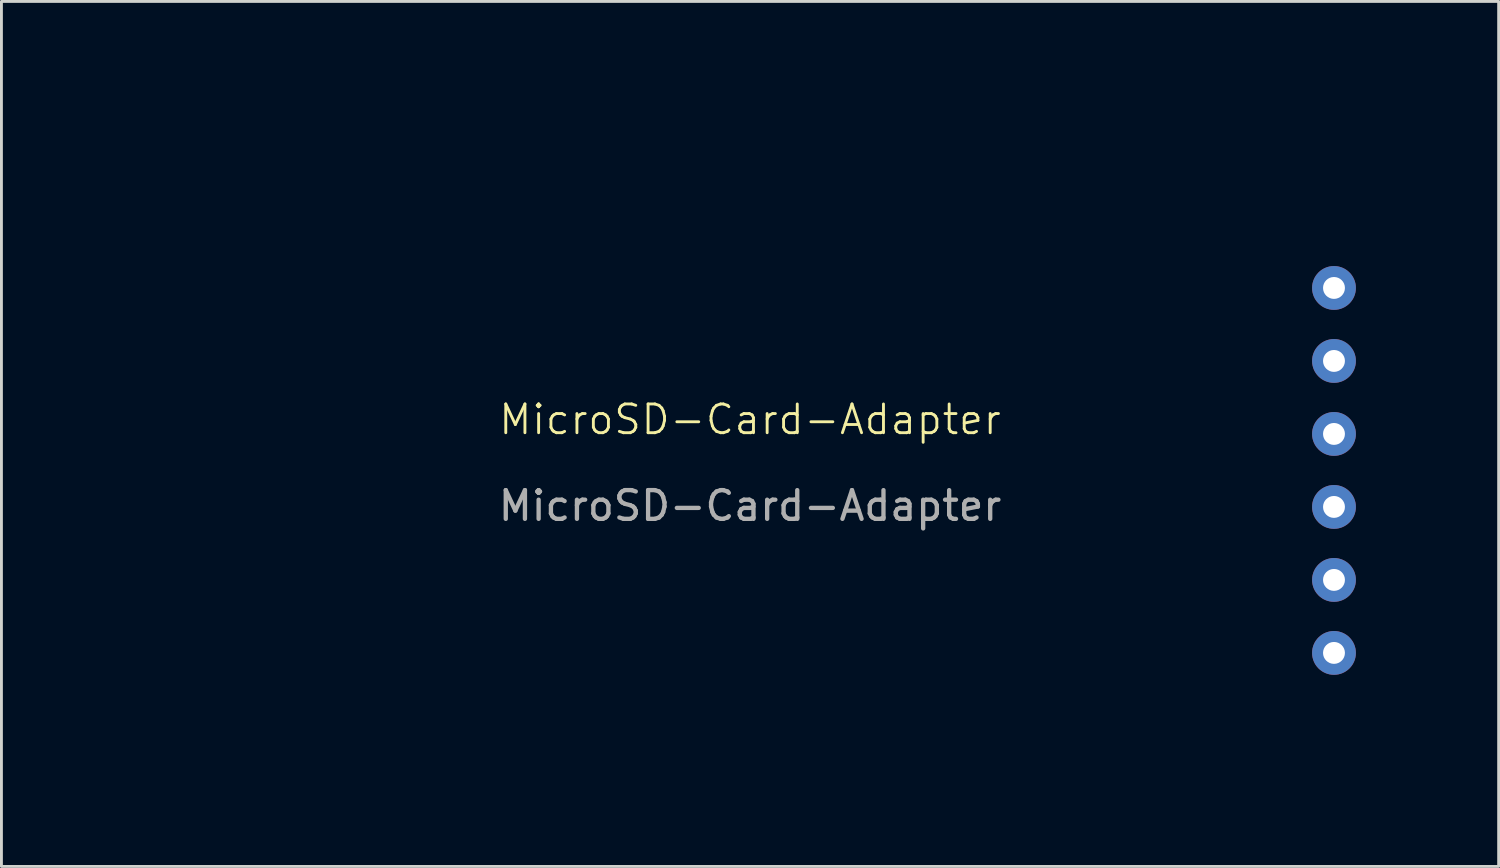
<source format=kicad_pcb>
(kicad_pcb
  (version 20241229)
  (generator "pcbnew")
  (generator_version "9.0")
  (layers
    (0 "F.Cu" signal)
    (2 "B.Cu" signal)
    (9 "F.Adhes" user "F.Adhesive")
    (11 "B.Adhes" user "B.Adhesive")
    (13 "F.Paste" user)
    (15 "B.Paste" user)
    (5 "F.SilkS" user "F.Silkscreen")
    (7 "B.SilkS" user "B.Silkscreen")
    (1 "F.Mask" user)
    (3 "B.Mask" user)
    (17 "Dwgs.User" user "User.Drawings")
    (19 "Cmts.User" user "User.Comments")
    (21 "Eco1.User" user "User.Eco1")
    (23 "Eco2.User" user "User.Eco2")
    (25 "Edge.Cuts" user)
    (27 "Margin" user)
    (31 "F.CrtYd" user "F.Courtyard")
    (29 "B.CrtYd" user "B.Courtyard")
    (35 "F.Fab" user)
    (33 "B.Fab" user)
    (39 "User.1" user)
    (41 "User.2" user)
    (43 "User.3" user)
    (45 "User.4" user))
  (footprint "MicroSD-Card-Adapter"
    (layer "F.Cu")
    (at 23.05 12.05)
    (property "Reference" "MicroSD-Card-Adapter" (at 0 -0.5 0) (unlocked yes) (layer "F.SilkS") (effects (font (size 1 1) (thickness 0.1))))
    (attr through_hole)
    (fp_line (start -23 -12) (end -23 12) (stroke (width 0.1) (type default)) (layer "Margin"))
    (fp_line (start -23 -12) (end 23 -12) (stroke (width 0.1) (type default)) (layer "Margin"))
    (fp_line (start 23 -12) (end 23 12) (stroke (width 0.1) (type default)) (layer "Margin"))
    (fp_line (start 23 12) (end -23 12) (stroke (width 0.1) (type default)) (layer "Margin"))
    (fp_text user "${REFERENCE}" (at 0 2.5 0) (unlocked yes) (layer "F.Fab") (effects (font (size 1 1) (thickness 0.15))))
    (pad "1" thru_hole circle (at 20.32 7.62) (size 1.524 1.524) (drill 0.762) (layers "*.Cu" "*.Mask"))
    (pad "2" thru_hole circle (at 20.32 5.08) (size 1.524 1.524) (drill 0.762) (layers "*.Cu" "*.Mask"))
    (pad "3" thru_hole circle (at 20.32 2.54) (size 1.524 1.524) (drill 0.762) (layers "*.Cu" "*.Mask"))
    (pad "4" thru_hole circle (at 20.32 0) (size 1.524 1.524) (drill 0.762) (layers "*.Cu" "*.Mask"))
    (pad "5" thru_hole circle (at 20.32 -2.54) (size 1.524 1.524) (drill 0.762) (layers "*.Cu" "*.Mask"))
    (pad "6" thru_hole circle (at 20.32 -5.08) (size 1.524 1.524) (drill 0.762) (layers "*.Cu" "*.Mask")))
  (gr_rect
    (start -3 -3)
    (end 49.1 27.1)
    (stroke (width 0.1) (type default))
    (fill no)
    (layer "Edge.Cuts")))
</source>
